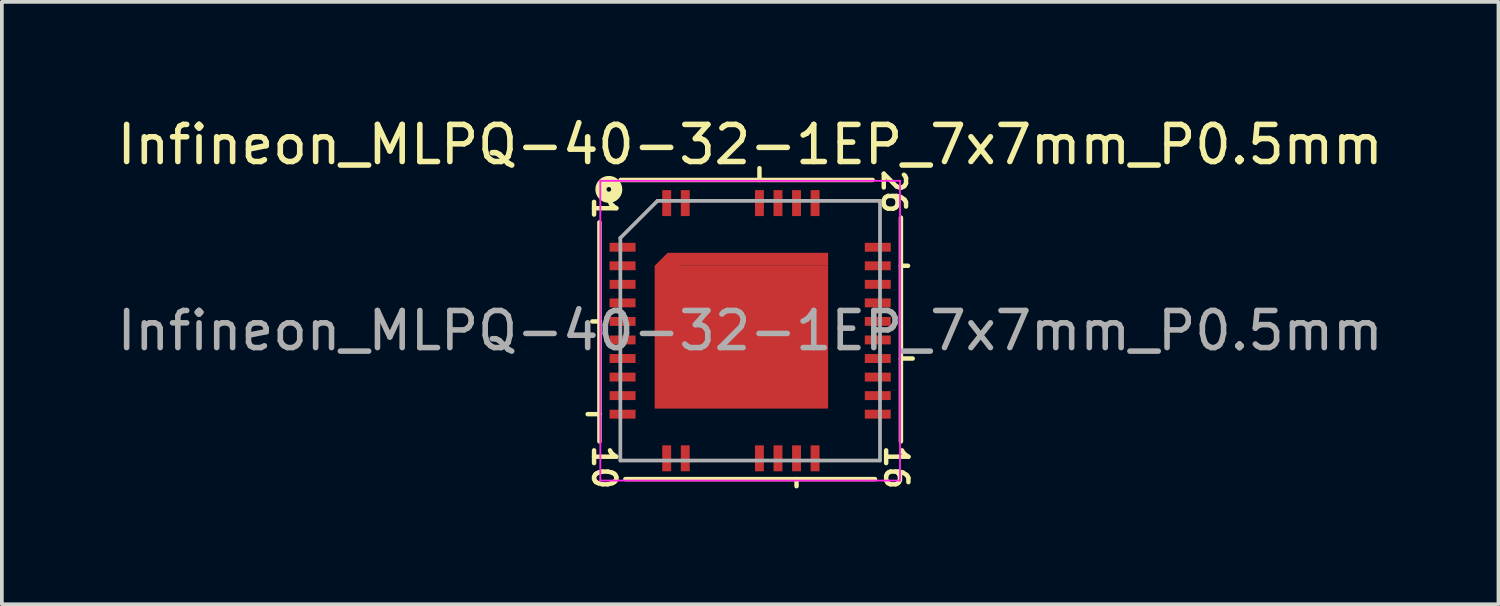
<source format=kicad_pcb>
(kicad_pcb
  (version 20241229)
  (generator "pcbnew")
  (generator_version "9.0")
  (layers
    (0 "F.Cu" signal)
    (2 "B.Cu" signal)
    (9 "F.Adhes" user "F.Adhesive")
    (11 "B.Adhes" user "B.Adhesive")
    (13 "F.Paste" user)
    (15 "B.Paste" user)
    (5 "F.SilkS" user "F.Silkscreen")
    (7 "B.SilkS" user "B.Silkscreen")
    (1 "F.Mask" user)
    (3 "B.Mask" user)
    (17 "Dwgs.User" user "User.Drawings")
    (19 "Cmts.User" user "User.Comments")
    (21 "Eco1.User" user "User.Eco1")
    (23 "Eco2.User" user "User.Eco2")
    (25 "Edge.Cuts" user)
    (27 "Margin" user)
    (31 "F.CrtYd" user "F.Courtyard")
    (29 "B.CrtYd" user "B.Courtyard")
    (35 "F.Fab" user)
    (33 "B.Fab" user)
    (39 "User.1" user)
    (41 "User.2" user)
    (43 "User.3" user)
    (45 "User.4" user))
  (footprint "Infineon_MLPQ-40-32-1EP_7x7mm_P0.5mm"
    (layer "F.Cu")
    (at 17.173 5.865)
    (property "Reference" "Infineon_MLPQ-40-32-1EP_7x7mm_P0.5mm" (at 0 -5.016 0) (layer "F.SilkS") (effects (font (size 1 1) (thickness 0.15))))
    (attr smd)
    (fp_line (start -4.064 -2.921) (end -4.064 2.985) (stroke (width 0.12) (type solid)) (layer "F.SilkS"))
    (fp_line (start -4.064 -0.25) (end -4.255 -0.25) (stroke (width 0.12) (type solid)) (layer "F.SilkS"))
    (fp_line (start -4.064 2.25) (end -4.381 2.25) (stroke (width 0.12) (type solid)) (layer "F.SilkS"))
    (fp_line (start -3.365 4) (end 3.365 4) (stroke (width 0.12) (type solid)) (layer "F.SilkS"))
    (fp_line (start 0.25 -4.064) (end 0.25 -4.381) (stroke (width 0.12) (type solid)) (layer "F.SilkS"))
    (fp_line (start 1.25 4) (end 1.25 4.191) (stroke (width 0.12) (type solid)) (layer "F.SilkS"))
    (fp_line (start 3.302 -4.064) (end -3.493 -4.064) (stroke (width 0.12) (type solid)) (layer "F.SilkS"))
    (fp_line (start 4.064 -1.75) (end 4.255 -1.75) (stroke (width 0.12) (type solid)) (layer "F.SilkS"))
    (fp_line (start 4.064 0.75) (end 4.381 0.75) (stroke (width 0.12) (type solid)) (layer "F.SilkS"))
    (fp_line (start 4.064 2.985) (end 4.064 -3.048) (stroke (width 0.12) (type solid)) (layer "F.SilkS"))
    (fp_circle (center -3.81 -3.81) (end -3.747 -3.81) (stroke (width 0.3) (type solid)) (fill no) (layer "F.SilkS"))
    (fp_line (start -4.04 -4.04) (end 4.04 -4.04) (stroke (width 0.05) (type solid)) (layer "F.CrtYd"))
    (fp_line (start -4.04 4.04) (end -4.04 -4.04) (stroke (width 0.05) (type solid)) (layer "F.CrtYd"))
    (fp_line (start 4.04 -4.04) (end 4.04 4.04) (stroke (width 0.05) (type solid)) (layer "F.CrtYd"))
    (fp_line (start 4.04 4.04) (end -4.04 4.04) (stroke (width 0.05) (type solid)) (layer "F.CrtYd"))
    (fp_line (start -3.5 3.5) (end -3.5 -2.5) (stroke (width 0.1) (type solid)) (layer "F.Fab"))
    (fp_line (start -2.5 -3.5) (end -3.5 -2.5) (stroke (width 0.1) (type solid)) (layer "F.Fab"))
    (fp_line (start -2.5 -3.5) (end 3.5 -3.5) (stroke (width 0.1) (type solid)) (layer "F.Fab"))
    (fp_line (start 3.5 -3.5) (end 3.5 3.5) (stroke (width 0.1) (type solid)) (layer "F.Fab"))
    (fp_line (start 3.5 3.5) (end -3.5 3.5) (stroke (width 0.1) (type solid)) (layer "F.Fab"))
    (fp_text user "26" (at 3.873 -3.747 270) (unlocked yes) (layer "F.SilkS") (effects (font (size 0.6 0.6) (thickness 0.12))))
    (fp_text user "10" (at -3.937 3.683 270) (unlocked yes) (layer "F.SilkS") (effects (font (size 0.6 0.6) (thickness 0.12))))
    (fp_text user "16" (at 3.937 3.683 270) (unlocked yes) (layer "F.SilkS") (effects (font (size 0.6 0.6) (thickness 0.12))))
    (fp_text user "1" (at -3.937 -3.302 270) (unlocked yes) (layer "F.SilkS") (effects (font (size 0.6 0.6) (thickness 0.12))))
    (fp_text user "${REFERENCE}" (at 0 0 0) (layer "F.Fab") (effects (font (size 1 1) (thickness 0.15))))
    (pad "" smd rect (at -3.425 -2.25) (size 0.65 0.22) (layers "F.Paste"))
    (pad "" smd rect (at -3.425 -1.75) (size 0.65 0.22) (layers "F.Paste"))
    (pad "" smd rect (at -3.425 -1.25) (size 0.65 0.22) (layers "F.Paste"))
    (pad "" smd rect (at -3.425 -0.75) (size 0.65 0.22) (layers "F.Paste"))
    (pad "" smd rect (at -3.425 -0.25) (size 0.65 0.22) (layers "F.Paste"))
    (pad "" smd rect (at -3.425 0.25) (size 0.65 0.22) (layers "F.Paste"))
    (pad "" smd rect (at -3.425 0.75) (size 0.65 0.22) (layers "F.Paste"))
    (pad "" smd rect (at -3.425 1.25) (size 0.65 0.22) (layers "F.Paste"))
    (pad "" smd rect (at -3.425 1.75) (size 0.65 0.22) (layers "F.Paste"))
    (pad "" smd rect (at -3.425 2.25) (size 0.65 0.22) (layers "F.Paste"))
    (pad "" smd rect (at -2.25 -3.425) (size 0.22 0.65) (layers "F.Paste"))
    (pad "" smd rect (at -2.25 3.425) (size 0.22 0.65) (layers "F.Paste"))
    (pad "" smd rect (at -1.796 -1.4) (size 1.2 1.1) (layers "F.Paste"))
    (pad "" smd rect (at -1.796 0) (size 1.2 1.1) (layers "F.Paste"))
    (pad "" smd rect (at -1.796 1.4) (size 1.2 1.1) (layers "F.Paste"))
    (pad "" smd rect (at -1.75 -3.425) (size 0.22 0.65) (layers "F.Paste"))
    (pad "" smd rect (at -1.75 3.425) (size 0.22 0.65) (layers "F.Paste"))
    (pad "" smd rect (at -0.237 -1.4) (size 1.2 1.1) (layers "F.Paste"))
    (pad "" smd rect (at -0.237 0) (size 1.2 1.1) (layers "F.Paste"))
    (pad "" smd rect (at -0.237 1.4) (size 1.2 1.1) (layers "F.Paste"))
    (pad "" smd rect (at 0.25 -3.425) (size 0.22 0.65) (layers "F.Paste"))
    (pad "" smd rect (at 0.25 3.425) (size 0.22 0.65) (layers "F.Paste"))
    (pad "" smd rect (at 0.75 -3.425) (size 0.22 0.65) (layers "F.Paste"))
    (pad "" smd rect (at 0.75 3.425) (size 0.22 0.65) (layers "F.Paste"))
    (pad "" smd rect (at 1.25 -3.425) (size 0.22 0.65) (layers "F.Paste"))
    (pad "" smd rect (at 1.25 3.425) (size 0.22 0.65) (layers "F.Paste"))
    (pad "" smd rect (at 1.321 -1.4) (size 1.2 1.1) (layers "F.Paste"))
    (pad "" smd rect (at 1.321 0) (size 1.2 1.1) (layers "F.Paste"))
    (pad "" smd rect (at 1.321 1.4) (size 1.2 1.1) (layers "F.Paste"))
    (pad "" smd rect (at 1.75 -3.425) (size 0.22 0.65) (layers "F.Paste"))
    (pad "" smd rect (at 1.75 3.425) (size 0.22 0.65) (layers "F.Paste"))
    (pad "" smd rect (at 3.425 -2.25) (size 0.65 0.22) (layers "F.Paste"))
    (pad "" smd rect (at 3.425 -1.75) (size 0.65 0.22) (layers "F.Paste"))
    (pad "" smd rect (at 3.425 -1.25) (size 0.65 0.22) (layers "F.Paste"))
    (pad "" smd rect (at 3.425 -0.75) (size 0.65 0.22) (layers "F.Paste"))
    (pad "" smd rect (at 3.425 -0.25) (size 0.65 0.22) (layers "F.Paste"))
    (pad "" smd rect (at 3.425 0.25) (size 0.65 0.22) (layers "F.Paste"))
    (pad "" smd rect (at 3.425 0.75) (size 0.65 0.22) (layers "F.Paste"))
    (pad "" smd rect (at 3.425 1.25) (size 0.65 0.22) (layers "F.Paste"))
    (pad "" smd rect (at 3.425 1.75) (size 0.65 0.22) (layers "F.Paste"))
    (pad "" smd rect (at 3.425 2.25) (size 0.65 0.22) (layers "F.Paste"))
    (pad "1" smd rect (at -3.44 -2.25) (size 0.7 0.24) (layers "F.Cu" "F.Mask"))
    (pad "2" smd rect (at -3.44 -1.75) (size 0.7 0.24) (layers "F.Cu" "F.Mask"))
    (pad "3" smd rect (at -3.44 -1.25) (size 0.7 0.24) (layers "F.Cu" "F.Mask"))
    (pad "4" smd rect (at -3.44 -0.75) (size 0.7 0.24) (layers "F.Cu" "F.Mask"))
    (pad "5" smd rect (at -3.44 -0.25) (size 0.7 0.24) (layers "F.Cu" "F.Mask"))
    (pad "6" smd rect (at -3.44 0.25) (size 0.7 0.24) (layers "F.Cu" "F.Mask"))
    (pad "7" smd rect (at -3.44 0.75) (size 0.7 0.24) (layers "F.Cu" "F.Mask"))
    (pad "8" smd rect (at -3.44 1.25) (size 0.7 0.24) (layers "F.Cu" "F.Mask"))
    (pad "9" smd rect (at -3.44 1.75) (size 0.7 0.24) (layers "F.Cu" "F.Mask"))
    (pad "10" smd rect (at -3.44 2.25) (size 0.7 0.24) (layers "F.Cu" "F.Mask"))
    (pad "11" smd rect (at -2.25 3.44) (size 0.24 0.7) (layers "F.Cu" "F.Mask"))
    (pad "12" smd rect (at -1.75 3.44) (size 0.24 0.7) (layers "F.Cu" "F.Mask"))
    (pad "13" smd rect (at 0.25 3.44) (size 0.24 0.7) (layers "F.Cu" "F.Mask"))
    (pad "14" smd rect (at 0.75 3.44) (size 0.24 0.7) (layers "F.Cu" "F.Mask"))
    (pad "15" smd rect (at 1.25 3.44) (size 0.24 0.7) (layers "F.Cu" "F.Mask"))
    (pad "16" smd rect (at 1.75 3.44) (size 0.24 0.7) (layers "F.Cu" "F.Mask"))
    (pad "17" smd rect (at 3.44 2.25) (size 0.7 0.24) (layers "F.Cu" "F.Mask"))
    (pad "18" smd rect (at 3.44 1.75) (size 0.7 0.24) (layers "F.Cu" "F.Mask"))
    (pad "19" smd rect (at 3.44 1.25) (size 0.7 0.24) (layers "F.Cu" "F.Mask"))
    (pad "20" smd rect (at 3.44 0.75) (size 0.7 0.24) (layers "F.Cu" "F.Mask"))
    (pad "21" smd rect (at 3.44 0.25) (size 0.7 0.24) (layers "F.Cu" "F.Mask"))
    (pad "22" smd rect (at 3.44 -0.25) (size 0.7 0.24) (layers "F.Cu" "F.Mask"))
    (pad "23" smd rect (at 3.44 -0.75) (size 0.7 0.24) (layers "F.Cu" "F.Mask"))
    (pad "24" smd rect (at 3.44 -1.25) (size 0.7 0.24) (layers "F.Cu" "F.Mask"))
    (pad "25" smd rect (at 3.44 -1.75) (size 0.7 0.24) (layers "F.Cu" "F.Mask"))
    (pad "26" smd rect (at 3.44 -2.25) (size 0.7 0.24) (layers "F.Cu" "F.Mask"))
    (pad "27" smd rect (at 1.75 -3.44) (size 0.24 0.7) (layers "F.Cu" "F.Mask"))
    (pad "28" smd rect (at 1.25 -3.44) (size 0.24 0.7) (layers "F.Cu" "F.Mask"))
    (pad "29" smd rect (at 0.75 -3.44) (size 0.24 0.7) (layers "F.Cu" "F.Mask"))
    (pad "30" smd rect (at 0.25 -3.44) (size 0.24 0.7) (layers "F.Cu" "F.Mask"))
    (pad "31" smd rect (at -1.75 -3.44) (size 0.24 0.7) (layers "F.Cu" "F.Mask"))
    (pad "32" smd rect (at -2.25 -3.44) (size 0.24 0.7) (layers "F.Cu" "F.Mask"))
    (pad "33" smd rect (at -2.225 -1.75 45) (size 0.495 0.495) (layers "F.Cu" "F.Mask"))
    (pad "33" smd rect (at -0.237 0.175) (size 4.675 3.85) (layers "F.Cu" "F.Mask"))
    (pad "33" smd rect (at -0.062 -1.925) (size 4.325 0.35) (layers "F.Cu" "F.Mask")))
  (gr_rect
    (start -3 -3)
    (end 37.345 13.239)
    (stroke (width 0.1) (type default))
    (fill no)
    (layer "Edge.Cuts")))
</source>
